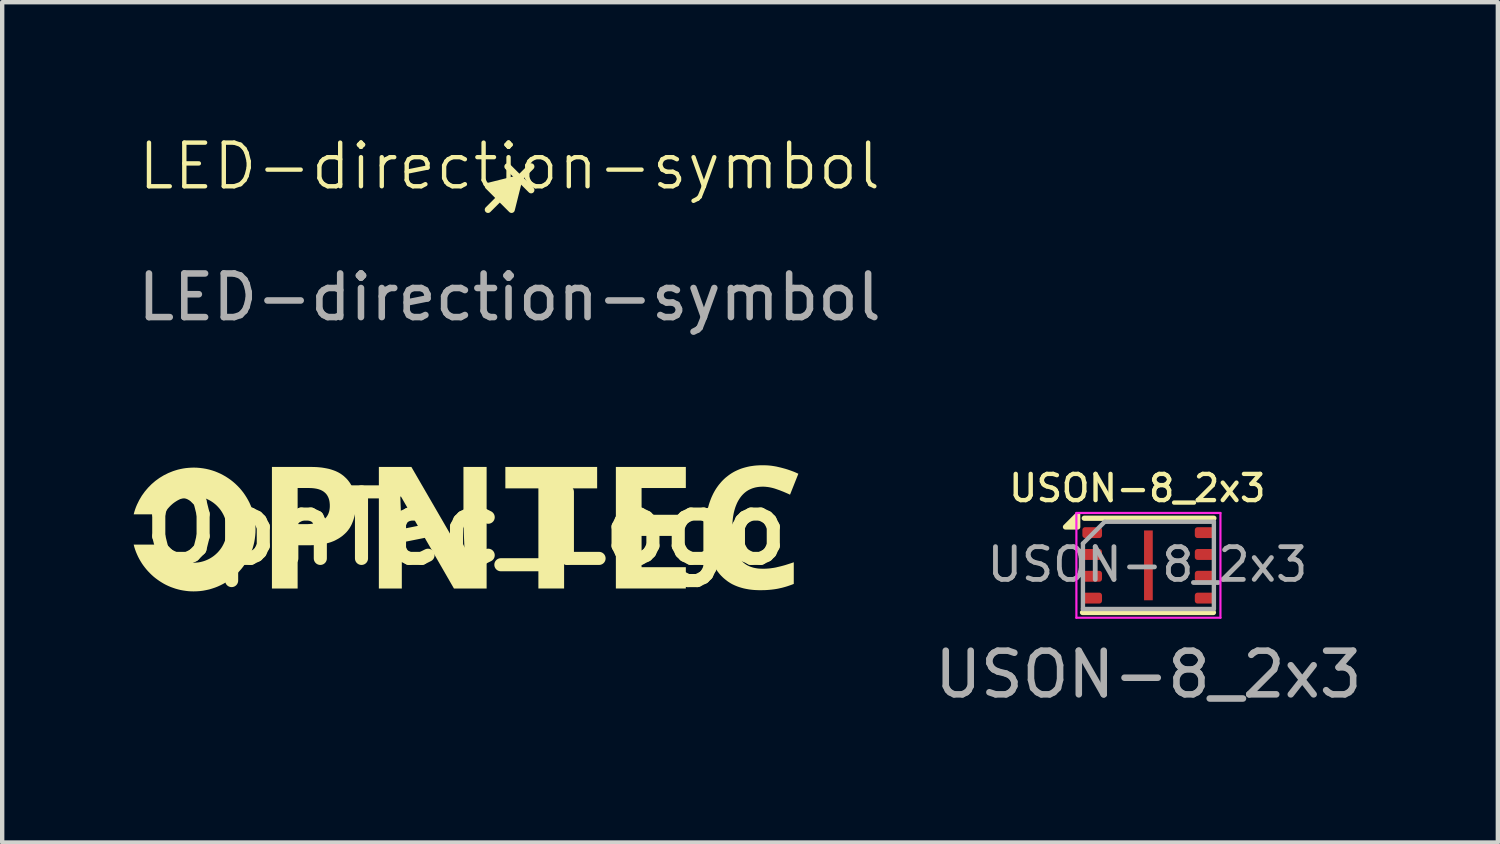
<source format=kicad_pcb>
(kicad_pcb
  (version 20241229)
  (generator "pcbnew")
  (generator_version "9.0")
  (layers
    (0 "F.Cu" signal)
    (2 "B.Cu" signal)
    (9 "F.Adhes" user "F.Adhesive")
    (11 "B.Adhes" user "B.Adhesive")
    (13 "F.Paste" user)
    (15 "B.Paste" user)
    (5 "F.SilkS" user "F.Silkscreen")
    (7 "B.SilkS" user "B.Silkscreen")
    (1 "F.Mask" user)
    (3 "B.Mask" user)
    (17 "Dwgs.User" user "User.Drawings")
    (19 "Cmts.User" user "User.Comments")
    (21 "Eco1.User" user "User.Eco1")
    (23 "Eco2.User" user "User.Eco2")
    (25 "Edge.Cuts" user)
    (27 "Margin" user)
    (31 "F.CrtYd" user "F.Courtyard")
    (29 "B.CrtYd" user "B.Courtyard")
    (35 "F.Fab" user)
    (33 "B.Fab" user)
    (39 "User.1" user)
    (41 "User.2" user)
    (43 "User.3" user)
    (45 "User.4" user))
  (footprint "OpnTec_Logo"
    (layer "F.Cu")
    (at 7.627 9.054)
    (property "Reference" "OpnTec_Logo" (at 0 0 0) (layer "F.SilkS") (effects (font (size 1.524 1.524) (thickness 0.3))))
    (attr through_hole)
    (fp_poly (pts (xy 3.004 -0.915) (xy 2.247 -0.915) (xy 2.247 1.379) (xy 1.658 1.379) (xy 1.658 -0.915) (xy 0.901 -0.915) (xy 0.901 -1.406) (xy 3.004 -1.406)) (stroke (width -0.000001) (type solid)) (fill yes) (layer "F.SilkS"))
    (fp_poly (pts (xy 5.036 -0.923) (xy 4.022 -0.923) (xy 4.022 -0.31) (xy 4.966 -0.31) (xy 4.966 0.174) (xy 4.022 0.174) (xy 4.022 0.891) (xy 5.036 0.891) (xy 5.036 1.379) (xy 3.433 1.379) (xy 3.433 -1.406) (xy 5.036 -1.406)) (stroke (width -0.000001) (type solid)) (fill yes) (layer "F.SilkS"))
    (fp_poly (pts (xy -0.043 0.681) (xy -0.031 0.681) (xy -0.036 0.487) (xy -0.039 0.39) (xy -0.043 0.294) (xy -0.059 -0.088) (xy -0.059 -1.406) (xy 0.472 -1.406) (xy 0.472 1.379) (xy -0.277 1.379) (xy -1.49 -0.727) (xy -1.506 -0.727) (xy -1.49 -0.33) (xy -1.479 -0.131) (xy -1.471 0.068) (xy -1.471 1.379) (xy -1.997 1.379) (xy -1.997 -1.406) (xy -1.252 -1.406)) (stroke (width -0.000001) (type solid)) (fill yes) (layer "F.SilkS"))
    (fp_poly (pts (xy -3.492 -1.405) (xy -3.428 -1.403) (xy -3.366 -1.398) (xy -3.307 -1.392) (xy -3.25 -1.383) (xy -3.195 -1.373) (xy -3.143 -1.362) (xy -3.093 -1.348) (xy -3.045 -1.332) (xy -2.999 -1.315) (xy -2.956 -1.296) (xy -2.915 -1.275) (xy -2.876 -1.252) (xy -2.84 -1.227) (xy -2.806 -1.201) (xy -2.774 -1.172) (xy -2.743 -1.143) (xy -2.715 -1.112) (xy -2.689 -1.08) (xy -2.664 -1.046) (xy -2.642 -1.011) (xy -2.622 -0.975) (xy -2.603 -0.937) (xy -2.586 -0.898) (xy -2.572 -0.858) (xy -2.559 -0.816) (xy -2.548 -0.773) (xy -2.54 -0.728) (xy -2.533 -0.682) (xy -2.528 -0.635) (xy -2.525 -0.586) (xy -2.524 -0.536) (xy -2.524 -0.506) (xy -2.526 -0.476) (xy -2.528 -0.447) (xy -2.53 -0.417) (xy -2.534 -0.388) (xy -2.538 -0.359) (xy -2.543 -0.33) (xy -2.549 -0.301) (xy -2.556 -0.273) (xy -2.564 -0.245) (xy -2.572 -0.217) (xy -2.581 -0.189) (xy -2.591 -0.161) (xy -2.602 -0.134) (xy -2.613 -0.107) (xy -2.625 -0.08) (xy -2.639 -0.054) (xy -2.653 -0.029) (xy -2.668 -0.004) (xy -2.685 0.02) (xy -2.702 0.044) (xy -2.721 0.067) (xy -2.74 0.089) (xy -2.761 0.11) (xy -2.783 0.131) (xy -2.806 0.151) (xy -2.829 0.171) (xy -2.854 0.19) (xy -2.88 0.208) (xy -2.907 0.226) (xy -2.936 0.243) (xy -2.965 0.259) (xy -2.995 0.275) (xy -3.026 0.29) (xy -3.059 0.303) (xy -3.093 0.316) (xy -3.128 0.327) (xy -3.165 0.338) (xy -3.202 0.347) (xy -3.242 0.356) (xy -3.282 0.363) (xy -3.324 0.37) (xy -3.368 0.376) (xy -3.412 0.38) (xy -3.458 0.384) (xy -3.506 0.386) (xy -3.554 0.388) (xy -3.605 0.388) (xy -3.858 0.388) (xy -3.858 1.379) (xy -4.447 1.379) (xy -4.447 -0.096) (xy -3.858 -0.096) (xy -3.663 -0.096) (xy -3.632 -0.096) (xy -3.602 -0.097) (xy -3.573 -0.099) (xy -3.545 -0.102) (xy -3.517 -0.105) (xy -3.491 -0.109) (xy -3.465 -0.114) (xy -3.44 -0.12) (xy -3.416 -0.126) (xy -3.392 -0.134) (xy -3.37 -0.142) (xy -3.348 -0.15) (xy -3.327 -0.16) (xy -3.307 -0.17) (xy -3.287 -0.181) (xy -3.269 -0.193) (xy -3.251 -0.206) (xy -3.234 -0.22) (xy -3.219 -0.235) (xy -3.204 -0.251) (xy -3.191 -0.268) (xy -3.179 -0.286) (xy -3.168 -0.305) (xy -3.158 -0.325) (xy -3.149 -0.346) (xy -3.142 -0.367) (xy -3.135 -0.39) (xy -3.13 -0.413) (xy -3.126 -0.438) (xy -3.123 -0.463) (xy -3.121 -0.49) (xy -3.121 -0.517) (xy -3.121 -0.542) (xy -3.123 -0.566) (xy -3.125 -0.589) (xy -3.128 -0.612) (xy -3.132 -0.634) (xy -3.137 -0.655) (xy -3.143 -0.675) (xy -3.15 -0.694) (xy -3.158 -0.713) (xy -3.167 -0.731) (xy -3.176 -0.748) (xy -3.187 -0.764) (xy -3.198 -0.78) (xy -3.21 -0.794) (xy -3.224 -0.808) (xy -3.238 -0.821) (xy -3.253 -0.833) (xy -3.269 -0.845) (xy -3.286 -0.856) (xy -3.304 -0.865) (xy -3.322 -0.875) (xy -3.342 -0.883) (xy -3.363 -0.89) (xy -3.384 -0.897) (xy -3.407 -0.903) (xy -3.43 -0.908) (xy -3.479 -0.916) (xy -3.532 -0.921) (xy -3.589 -0.923) (xy -3.858 -0.923) (xy -3.858 -0.096) (xy -4.447 -0.096) (xy -4.447 -1.406) (xy -3.558 -1.406)) (stroke (width -0.000001) (type solid)) (fill yes) (layer "F.SilkS"))
    (fp_poly (pts (xy 6.851 -1.444) (xy 6.903 -1.442) (xy 6.954 -1.438) (xy 7.006 -1.432) (xy 7.058 -1.424) (xy 7.109 -1.415) (xy 7.161 -1.403) (xy 7.213 -1.391) (xy 7.265 -1.377) (xy 7.317 -1.363) (xy 7.368 -1.347) (xy 7.418 -1.33) (xy 7.468 -1.312) (xy 7.518 -1.293) (xy 7.566 -1.272) (xy 7.614 -1.25) (xy 7.423 -0.77) (xy 7.384 -0.789) (xy 7.345 -0.806) (xy 7.306 -0.823) (xy 7.266 -0.84) (xy 7.227 -0.855) (xy 7.187 -0.871) (xy 7.147 -0.885) (xy 7.107 -0.899) (xy 7.068 -0.912) (xy 7.029 -0.923) (xy 6.991 -0.932) (xy 6.972 -0.936) (xy 6.952 -0.94) (xy 6.933 -0.943) (xy 6.914 -0.946) (xy 6.895 -0.948) (xy 6.875 -0.95) (xy 6.856 -0.952) (xy 6.837 -0.953) (xy 6.818 -0.954) (xy 6.799 -0.954) (xy 6.757 -0.953) (xy 6.717 -0.95) (xy 6.678 -0.945) (xy 6.639 -0.938) (xy 6.603 -0.929) (xy 6.567 -0.918) (xy 6.533 -0.905) (xy 6.5 -0.89) (xy 6.468 -0.874) (xy 6.453 -0.864) (xy 6.437 -0.855) (xy 6.408 -0.834) (xy 6.38 -0.811) (xy 6.353 -0.786) (xy 6.328 -0.76) (xy 6.303 -0.731) (xy 6.28 -0.7) (xy 6.259 -0.668) (xy 6.238 -0.634) (xy 6.219 -0.599) (xy 6.202 -0.562) (xy 6.186 -0.523) (xy 6.171 -0.484) (xy 6.158 -0.442) (xy 6.146 -0.4) (xy 6.135 -0.356) (xy 6.126 -0.31) (xy 6.118 -0.263) (xy 6.112 -0.215) (xy 6.107 -0.165) (xy 6.104 -0.113) (xy 6.102 -0.06) (xy 6.101 -0.006) (xy 6.102 0.049) (xy 6.103 0.102) (xy 6.107 0.154) (xy 6.111 0.204) (xy 6.117 0.253) (xy 6.124 0.3) (xy 6.132 0.345) (xy 6.142 0.389) (xy 6.153 0.431) (xy 6.165 0.472) (xy 6.178 0.512) (xy 6.193 0.549) (xy 6.209 0.585) (xy 6.226 0.62) (xy 6.245 0.653) (xy 6.265 0.685) (xy 6.286 0.714) (xy 6.31 0.741) (xy 6.335 0.767) (xy 6.361 0.79) (xy 6.389 0.812) (xy 6.418 0.832) (xy 6.45 0.85) (xy 6.482 0.866) (xy 6.516 0.88) (xy 6.552 0.892) (xy 6.589 0.903) (xy 6.628 0.911) (xy 6.669 0.918) (xy 6.711 0.923) (xy 6.754 0.925) (xy 6.799 0.926) (xy 6.842 0.926) (xy 6.885 0.924) (xy 6.927 0.921) (xy 6.97 0.917) (xy 7.012 0.911) (xy 7.054 0.905) (xy 7.097 0.897) (xy 7.139 0.887) (xy 7.182 0.877) (xy 7.226 0.866) (xy 7.271 0.854) (xy 7.317 0.841) (xy 7.364 0.826) (xy 7.411 0.811) (xy 7.46 0.795) (xy 7.509 0.778) (xy 7.509 1.274) (xy 7.463 1.292) (xy 7.418 1.308) (xy 7.372 1.324) (xy 7.327 1.338) (xy 7.281 1.351) (xy 7.236 1.363) (xy 7.191 1.373) (xy 7.146 1.383) (xy 7.101 1.391) (xy 7.054 1.398) (xy 7.006 1.404) (xy 6.956 1.409) (xy 6.905 1.413) (xy 6.853 1.416) (xy 6.799 1.417) (xy 6.744 1.418) (xy 6.691 1.417) (xy 6.64 1.415) (xy 6.589 1.412) (xy 6.539 1.407) (xy 6.491 1.401) (xy 6.444 1.393) (xy 6.397 1.384) (xy 6.352 1.374) (xy 6.309 1.362) (xy 6.266 1.349) (xy 6.225 1.335) (xy 6.184 1.319) (xy 6.145 1.302) (xy 6.107 1.284) (xy 6.07 1.264) (xy 6.035 1.242) (xy 6.001 1.22) (xy 5.968 1.195) (xy 5.936 1.17) (xy 5.905 1.144) (xy 5.876 1.117) (xy 5.847 1.088) (xy 5.82 1.059) (xy 5.794 1.028) (xy 5.769 0.996) (xy 5.745 0.963) (xy 5.722 0.929) (xy 5.7 0.894) (xy 5.68 0.858) (xy 5.66 0.821) (xy 5.642 0.783) (xy 5.625 0.743) (xy 5.609 0.702) (xy 5.594 0.661) (xy 5.58 0.618) (xy 5.567 0.575) (xy 5.555 0.53) (xy 5.544 0.486) (xy 5.534 0.44) (xy 5.525 0.393) (xy 5.518 0.346) (xy 5.511 0.297) (xy 5.505 0.248) (xy 5.501 0.198) (xy 5.497 0.148) (xy 5.494 0.096) (xy 5.492 -0.01) (xy 5.493 -0.062) (xy 5.495 -0.113) (xy 5.498 -0.164) (xy 5.502 -0.214) (xy 5.507 -0.263) (xy 5.514 -0.312) (xy 5.521 -0.36) (xy 5.53 -0.407) (xy 5.54 -0.453) (xy 5.552 -0.498) (xy 5.564 -0.543) (xy 5.578 -0.587) (xy 5.593 -0.63) (xy 5.609 -0.672) (xy 5.626 -0.714) (xy 5.645 -0.755) (xy 5.664 -0.795) (xy 5.685 -0.834) (xy 5.706 -0.871) (xy 5.729 -0.908) (xy 5.753 -0.943) (xy 5.778 -0.978) (xy 5.804 -1.011) (xy 5.831 -1.043) (xy 5.859 -1.075) (xy 5.888 -1.105) (xy 5.918 -1.134) (xy 5.949 -1.162) (xy 5.982 -1.188) (xy 6.015 -1.214) (xy 6.05 -1.239) (xy 6.085 -1.262) (xy 6.122 -1.284) (xy 6.16 -1.305) (xy 6.2 -1.324) (xy 6.24 -1.342) (xy 6.281 -1.359) (xy 6.323 -1.374) (xy 6.366 -1.387) (xy 6.41 -1.399) (xy 6.455 -1.41) (xy 6.501 -1.42) (xy 6.548 -1.427) (xy 6.597 -1.434) (xy 6.646 -1.439) (xy 6.696 -1.442) (xy 6.747 -1.445) (xy 6.799 -1.445)) (stroke (width -0.000001) (type solid)) (fill yes) (layer "F.SilkS"))
    (fp_poly (pts (xy -6.167 -1.389) (xy -6.095 -1.383) (xy -6.024 -1.374) (xy -5.955 -1.362) (xy -5.886 -1.346) (xy -5.819 -1.327) (xy -5.753 -1.305) (xy -5.689 -1.279) (xy -5.626 -1.251) (xy -5.565 -1.219) (xy -5.505 -1.185) (xy -5.448 -1.148) (xy -5.392 -1.109) (xy -5.339 -1.067) (xy -5.287 -1.022) (xy -5.238 -0.975) (xy -5.191 -0.926) (xy -5.146 -0.874) (xy -5.104 -0.821) (xy -5.065 -0.765) (xy -5.028 -0.707) (xy -4.994 -0.648) (xy -4.962 -0.587) (xy -4.934 -0.524) (xy -4.908 -0.46) (xy -4.886 -0.394) (xy -4.867 -0.327) (xy -4.851 -0.258) (xy -4.839 -0.188) (xy -4.83 -0.117) (xy -4.824 -0.046) (xy -4.822 0.027) (xy -4.824 0.1) (xy -4.83 0.172) (xy -4.839 0.243) (xy -4.851 0.313) (xy -4.867 0.381) (xy -4.886 0.449) (xy -4.908 0.514) (xy -4.934 0.579) (xy -4.962 0.642) (xy -4.994 0.703) (xy -5.028 0.762) (xy -5.065 0.82) (xy -5.104 0.875) (xy -5.146 0.929) (xy -5.191 0.98) (xy -5.238 1.03) (xy -5.287 1.077) (xy -5.339 1.121) (xy -5.392 1.163) (xy -5.448 1.203) (xy -5.505 1.24) (xy -5.565 1.274) (xy -5.626 1.305) (xy -5.689 1.334) (xy -5.753 1.359) (xy -5.819 1.381) (xy -5.886 1.401) (xy -5.955 1.416) (xy -6.024 1.429) (xy -6.095 1.438) (xy -6.167 1.443) (xy -6.24 1.445) (xy -6.302 1.444) (xy -6.363 1.44) (xy -6.423 1.433) (xy -6.483 1.424) (xy -6.542 1.413) (xy -6.599 1.399) (xy -6.656 1.383) (xy -6.712 1.364) (xy -6.767 1.344) (xy -6.821 1.321) (xy -6.874 1.296) (xy -6.925 1.269) (xy -6.975 1.239) (xy -7.024 1.208) (xy -7.071 1.175) (xy -7.118 1.14) (xy -7.162 1.104) (xy -7.205 1.065) (xy -7.246 1.025) (xy -7.286 0.983) (xy -7.324 0.94) (xy -7.36 0.895) (xy -7.395 0.849) (xy -7.428 0.801) (xy -7.458 0.752) (xy -7.487 0.702) (xy -7.514 0.65) (xy -7.538 0.597) (xy -7.561 0.543) (xy -7.581 0.488) (xy -7.599 0.432) (xy -7.614 0.374) (xy -6.917 0.374) (xy -6.892 0.42) (xy -6.864 0.463) (xy -6.833 0.504) (xy -6.799 0.543) (xy -6.763 0.579) (xy -6.725 0.613) (xy -6.684 0.645) (xy -6.642 0.674) (xy -6.597 0.699) (xy -6.55 0.722) (xy -6.502 0.742) (xy -6.452 0.758) (xy -6.401 0.771) (xy -6.349 0.781) (xy -6.295 0.786) (xy -6.24 0.788) (xy -6.201 0.787) (xy -6.162 0.784) (xy -6.124 0.78) (xy -6.087 0.773) (xy -6.05 0.764) (xy -6.014 0.754) (xy -5.979 0.742) (xy -5.944 0.728) (xy -5.91 0.713) (xy -5.877 0.696) (xy -5.846 0.678) (xy -5.815 0.658) (xy -5.785 0.637) (xy -5.756 0.614) (xy -5.728 0.59) (xy -5.702 0.565) (xy -5.677 0.539) (xy -5.653 0.511) (xy -5.63 0.482) (xy -5.609 0.453) (xy -5.589 0.422) (xy -5.571 0.39) (xy -5.554 0.357) (xy -5.539 0.323) (xy -5.525 0.289) (xy -5.513 0.253) (xy -5.503 0.217) (xy -5.494 0.181) (xy -5.487 0.143) (xy -5.483 0.105) (xy -5.48 0.066) (xy -5.479 0.027) (xy -5.48 -0.012) (xy -5.483 -0.05) (xy -5.487 -0.088) (xy -5.494 -0.126) (xy -5.503 -0.163) (xy -5.513 -0.199) (xy -5.525 -0.234) (xy -5.539 -0.269) (xy -5.554 -0.303) (xy -5.571 -0.335) (xy -5.589 -0.367) (xy -5.609 -0.398) (xy -5.63 -0.428) (xy -5.653 -0.457) (xy -5.677 -0.484) (xy -5.702 -0.511) (xy -5.728 -0.536) (xy -5.756 -0.56) (xy -5.785 -0.583) (xy -5.815 -0.604) (xy -5.846 -0.624) (xy -5.877 -0.642) (xy -5.91 -0.659) (xy -5.944 -0.674) (xy -5.979 -0.688) (xy -6.014 -0.7) (xy -6.05 -0.71) (xy -6.087 -0.719) (xy -6.124 -0.725) (xy -6.162 -0.73) (xy -6.201 -0.733) (xy -6.24 -0.734) (xy -6.268 -0.734) (xy -6.295 -0.732) (xy -6.322 -0.73) (xy -6.349 -0.726) (xy -6.375 -0.722) (xy -6.401 -0.717) (xy -6.427 -0.711) (xy -6.452 -0.704) (xy -6.477 -0.696) (xy -6.502 -0.688) (xy -6.526 -0.678) (xy -6.55 -0.668) (xy -6.574 -0.657) (xy -6.597 -0.645) (xy -6.619 -0.633) (xy -6.642 -0.619) (xy -6.663 -0.605) (xy -6.684 -0.591) (xy -6.705 -0.575) (xy -6.725 -0.559) (xy -6.744 -0.542) (xy -6.763 -0.525) (xy -6.781 -0.507) (xy -6.799 -0.488) (xy -6.816 -0.469) (xy -6.833 -0.45) (xy -6.848 -0.429) (xy -6.864 -0.408) (xy -6.878 -0.387) (xy -6.892 -0.365) (xy -6.905 -0.343) (xy -6.917 -0.32) (xy -7.614 -0.32) (xy -7.599 -0.377) (xy -7.581 -0.434) (xy -7.561 -0.489) (xy -7.538 -0.543) (xy -7.487 -0.647) (xy -7.428 -0.747) (xy -7.36 -0.841) (xy -7.286 -0.929) (xy -7.205 -1.011) (xy -7.118 -1.086) (xy -7.024 -1.154) (xy -6.925 -1.214) (xy -6.821 -1.266) (xy -6.712 -1.31) (xy -6.656 -1.328) (xy -6.599 -1.345) (xy -6.542 -1.358) (xy -6.483 -1.37) (xy -6.423 -1.379) (xy -6.363 -1.385) (xy -6.302 -1.389) (xy -6.24 -1.391)) (stroke (width -0.000001) (type solid)) (fill yes) (layer "F.SilkS")))
  (footprint "USON-8_2x3"
    (layer "F.Cu")
    (at 23.261 9.903)
    (property "Reference" "USON-8_2x3" (at -0.254 -1.768 0) (unlocked yes) (layer "F.SilkS") (effects (font (size 0.6 0.6) (thickness 0.1))))
    (attr smd)
    (fp_line (start -1.51 1.08) (end 1.49 1.08) (stroke (width 0.12) (type solid)) (layer "F.SilkS"))
    (fp_line (start -1.47 -1.08) (end 1.5 -1.08) (stroke (width 0.12) (type solid)) (layer "F.SilkS"))
    (fp_poly (pts (xy -1.62 -0.88) (xy -1.9 -0.88) (xy -1.62 -1.16) (xy -1.62 -0.88)) (stroke (width 0.12) (type solid)) (fill yes) (layer "F.SilkS"))
    (fp_line (start -1.65 -1.2) (end -1.65 1.2) (stroke (width 0.05) (type solid)) (layer "F.CrtYd"))
    (fp_line (start -1.65 1.2) (end 1.65 1.2) (stroke (width 0.05) (type solid)) (layer "F.CrtYd"))
    (fp_line (start 1.65 -1.2) (end -1.65 -1.2) (stroke (width 0.05) (type solid)) (layer "F.CrtYd"))
    (fp_line (start 1.65 1.2) (end 1.65 -1.2) (stroke (width 0.05) (type solid)) (layer "F.CrtYd"))
    (fp_line (start -1.5 -0.5) (end -1 -1) (stroke (width 0.1) (type solid)) (layer "F.Fab"))
    (fp_line (start -1.5 1) (end -1.5 -0.5) (stroke (width 0.1) (type solid)) (layer "F.Fab"))
    (fp_line (start -1 -1) (end 1.5 -1) (stroke (width 0.1) (type solid)) (layer "F.Fab"))
    (fp_line (start 1.5 -1) (end 1.5 1) (stroke (width 0.1) (type solid)) (layer "F.Fab"))
    (fp_line (start 1.5 1) (end -1.5 1) (stroke (width 0.1) (type solid)) (layer "F.Fab"))
    (fp_text user "${REFERENCE}" (at 0 2.5 0) (unlocked yes) (layer "F.Fab") (effects (font (size 1 1) (thickness 0.15))))
    (fp_text user "${REFERENCE}" (at -0.022 -0.02 0) (layer "F.Fab") (effects (font (size 0.75 0.75) (thickness 0.11))))
    (pad "1" smd roundrect (at -1.288 -0.75) (size 0.45 0.25) (layers "F.Cu" "F.Mask" "F.Paste") (roundrect_rratio 0.25))
    (pad "2" smd roundrect (at -1.288 -0.25) (size 0.45 0.25) (layers "F.Cu" "F.Mask" "F.Paste") (roundrect_rratio 0.25))
    (pad "3" smd roundrect (at -1.288 0.25) (size 0.45 0.25) (layers "F.Cu" "F.Mask" "F.Paste") (roundrect_rratio 0.25))
    (pad "4" smd roundrect (at -1.288 0.75) (size 0.45 0.25) (layers "F.Cu" "F.Mask" "F.Paste") (roundrect_rratio 0.25))
    (pad "5" smd roundrect (at 1.288 0.75) (size 0.45 0.25) (layers "F.Cu" "F.Mask" "F.Paste") (roundrect_rratio 0.25))
    (pad "6" smd roundrect (at 1.288 0.25) (size 0.45 0.25) (layers "F.Cu" "F.Mask" "F.Paste") (roundrect_rratio 0.25))
    (pad "7" smd roundrect (at 1.288 -0.25) (size 0.45 0.25) (layers "F.Cu" "F.Mask" "F.Paste") (roundrect_rratio 0.25))
    (pad "8" smd roundrect (at 1.288 -0.75) (size 0.45 0.25) (layers "F.Cu" "F.Mask" "F.Paste") (roundrect_rratio 0.25))
    (pad "9" smd rect (at 0 0) (size 0.2 1.6) (property pad_prop_heatsink) (layers "F.Cu" "F.Mask" "F.Paste")))
  (footprint "LED-direction-symbol"
    (layer "F.Cu")
    (at 8.625 1.26)
    (property "Reference" "LED-direction-symbol" (at 0 -0.5 0) (unlocked yes) (layer "F.SilkS") (effects (font (size 1 1) (thickness 0.1))))
    (attr board_only)
    (fp_line (start 0.494 -0.494) (end -0.494 0.494) (stroke (width 0.15) (type default)) (layer "F.SilkS"))
    (fp_line (start 0.494 0.045) (end -0.045 -0.494) (stroke (width 0.15) (type default)) (layer "F.SilkS"))
    (fp_poly (pts (xy 0.225 -0.225) (xy 0.045 0.494) (xy -0.494 -0.045)) (stroke (width 0.15) (type solid)) (fill yes) (layer "F.SilkS"))
    (fp_text user "${REFERENCE}" (at 0 2.5 0) (unlocked yes) (layer "F.Fab") (effects (font (size 1 1) (thickness 0.15)))))
  (gr_rect
    (start -3 -3)
    (end 31.267 16.252)
    (stroke (width 0.1) (type default))
    (fill no)
    (layer "Edge.Cuts")))
</source>
